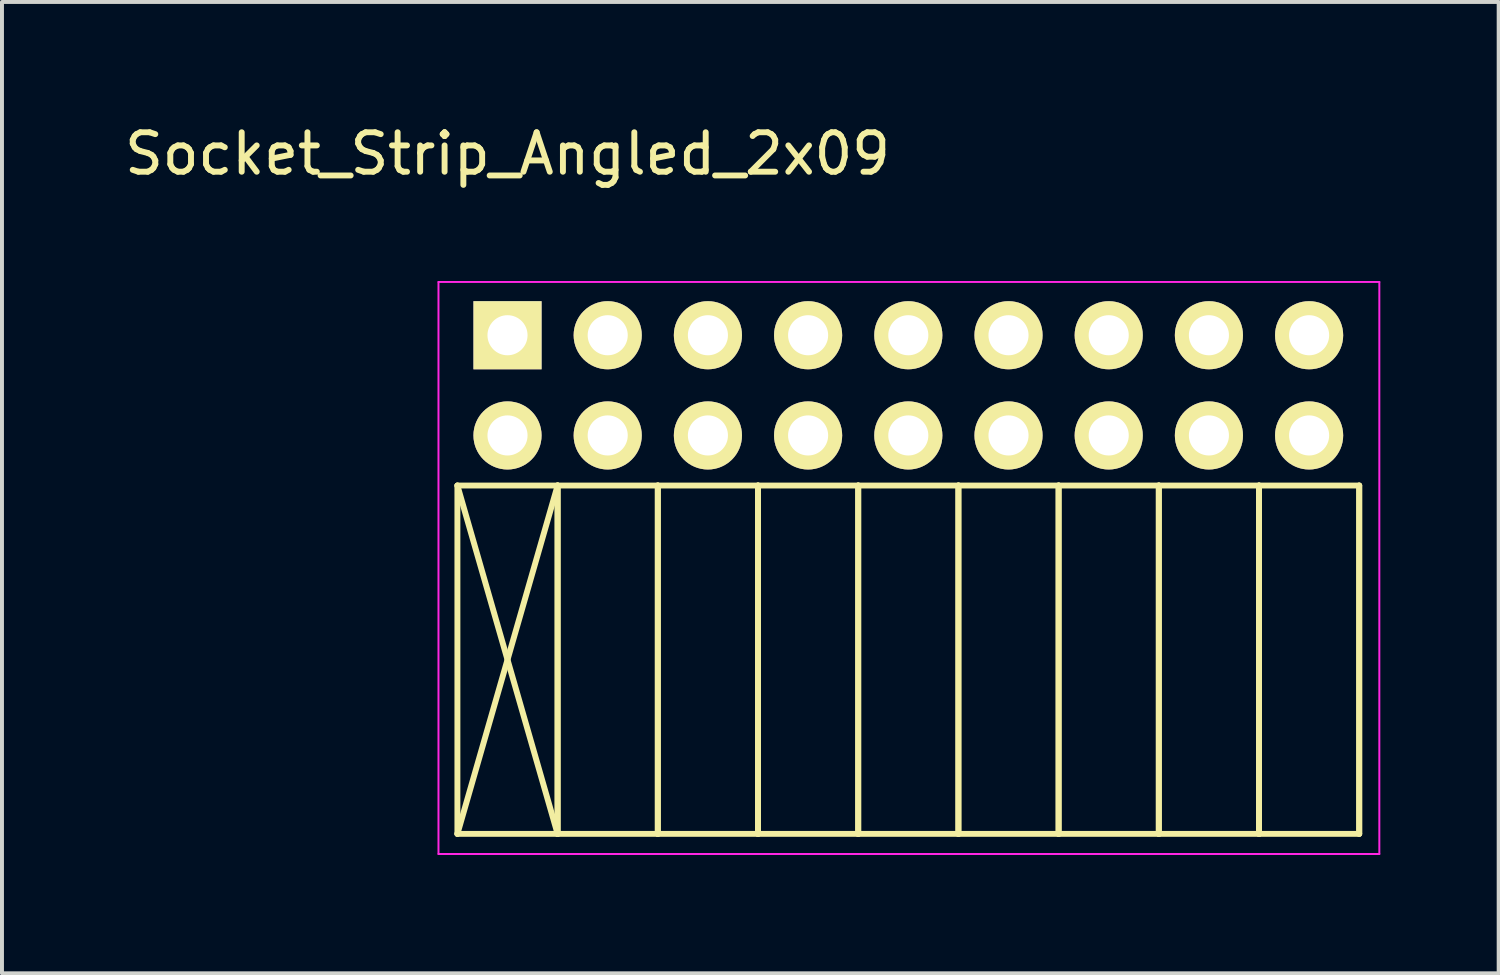
<source format=kicad_pcb>
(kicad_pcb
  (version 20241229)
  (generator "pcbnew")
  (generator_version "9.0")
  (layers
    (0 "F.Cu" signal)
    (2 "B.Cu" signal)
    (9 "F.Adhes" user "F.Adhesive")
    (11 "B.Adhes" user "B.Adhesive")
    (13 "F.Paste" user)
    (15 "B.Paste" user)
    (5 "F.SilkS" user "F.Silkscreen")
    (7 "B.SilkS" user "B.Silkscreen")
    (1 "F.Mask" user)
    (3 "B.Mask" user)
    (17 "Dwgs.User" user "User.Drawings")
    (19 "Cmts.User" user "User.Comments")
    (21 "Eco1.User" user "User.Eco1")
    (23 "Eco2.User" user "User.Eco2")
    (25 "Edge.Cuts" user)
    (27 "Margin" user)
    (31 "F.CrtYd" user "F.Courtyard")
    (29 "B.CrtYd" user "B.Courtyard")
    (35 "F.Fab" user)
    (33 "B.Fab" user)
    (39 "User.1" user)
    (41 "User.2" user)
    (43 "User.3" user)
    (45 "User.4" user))
  (footprint "Socket_Strip_Angled_2x09"
    (layer "F.Cu")
    (at 9.815 5.448)
    (property "Reference" "Socket_Strip_Angled_2x09" (at 0 -4.6 0) (layer "F.SilkS") (effects (font (size 1 1) (thickness 0.15))))
    (attr through_hole)
    (fp_line (start -1.27 3.81) (end -1.27 12.64) (stroke (width 0.15) (type solid)) (layer "F.SilkS"))
    (fp_line (start -1.27 3.81) (end 1.27 3.81) (stroke (width 0.15) (type solid)) (layer "F.SilkS"))
    (fp_line (start -1.27 3.81) (end 1.27 12.64) (stroke (width 0.15) (type solid)) (layer "F.SilkS"))
    (fp_line (start -1.27 12.64) (end 1.27 3.81) (stroke (width 0.15) (type solid)) (layer "F.SilkS"))
    (fp_line (start -1.27 12.64) (end 1.27 12.64) (stroke (width 0.15) (type solid)) (layer "F.SilkS"))
    (fp_line (start 1.27 3.81) (end 1.27 12.64) (stroke (width 0.15) (type solid)) (layer "F.SilkS"))
    (fp_line (start 1.27 3.81) (end 3.81 3.81) (stroke (width 0.15) (type solid)) (layer "F.SilkS"))
    (fp_line (start 1.27 12.64) (end 1.27 3.81) (stroke (width 0.15) (type solid)) (layer "F.SilkS"))
    (fp_line (start 1.27 12.64) (end 3.81 12.64) (stroke (width 0.15) (type solid)) (layer "F.SilkS"))
    (fp_line (start 3.81 3.81) (end 3.81 12.64) (stroke (width 0.15) (type solid)) (layer "F.SilkS"))
    (fp_line (start 3.81 3.81) (end 6.35 3.81) (stroke (width 0.15) (type solid)) (layer "F.SilkS"))
    (fp_line (start 3.81 12.64) (end 3.81 3.81) (stroke (width 0.15) (type solid)) (layer "F.SilkS"))
    (fp_line (start 3.81 12.64) (end 6.35 12.64) (stroke (width 0.15) (type solid)) (layer "F.SilkS"))
    (fp_line (start 6.35 3.81) (end 6.35 12.64) (stroke (width 0.15) (type solid)) (layer "F.SilkS"))
    (fp_line (start 6.35 3.81) (end 8.89 3.81) (stroke (width 0.15) (type solid)) (layer "F.SilkS"))
    (fp_line (start 6.35 12.64) (end 6.35 3.81) (stroke (width 0.15) (type solid)) (layer "F.SilkS"))
    (fp_line (start 6.35 12.64) (end 8.89 12.64) (stroke (width 0.15) (type solid)) (layer "F.SilkS"))
    (fp_line (start 8.89 3.81) (end 8.89 12.64) (stroke (width 0.15) (type solid)) (layer "F.SilkS"))
    (fp_line (start 8.89 3.81) (end 11.43 3.81) (stroke (width 0.15) (type solid)) (layer "F.SilkS"))
    (fp_line (start 8.89 12.64) (end 8.89 3.81) (stroke (width 0.15) (type solid)) (layer "F.SilkS"))
    (fp_line (start 8.89 12.64) (end 11.43 12.64) (stroke (width 0.15) (type solid)) (layer "F.SilkS"))
    (fp_line (start 11.43 3.81) (end 11.43 12.64) (stroke (width 0.15) (type solid)) (layer "F.SilkS"))
    (fp_line (start 11.43 3.81) (end 13.97 3.81) (stroke (width 0.15) (type solid)) (layer "F.SilkS"))
    (fp_line (start 11.43 12.64) (end 11.43 3.81) (stroke (width 0.15) (type solid)) (layer "F.SilkS"))
    (fp_line (start 11.43 12.64) (end 13.97 12.64) (stroke (width 0.15) (type solid)) (layer "F.SilkS"))
    (fp_line (start 13.97 3.81) (end 13.97 12.64) (stroke (width 0.15) (type solid)) (layer "F.SilkS"))
    (fp_line (start 13.97 3.81) (end 16.51 3.81) (stroke (width 0.15) (type solid)) (layer "F.SilkS"))
    (fp_line (start 13.97 12.64) (end 13.97 3.81) (stroke (width 0.15) (type solid)) (layer "F.SilkS"))
    (fp_line (start 13.97 12.64) (end 16.51 12.64) (stroke (width 0.15) (type solid)) (layer "F.SilkS"))
    (fp_line (start 16.51 3.81) (end 16.51 12.64) (stroke (width 0.15) (type solid)) (layer "F.SilkS"))
    (fp_line (start 16.51 3.81) (end 19.05 3.81) (stroke (width 0.15) (type solid)) (layer "F.SilkS"))
    (fp_line (start 16.51 12.64) (end 16.51 3.81) (stroke (width 0.15) (type solid)) (layer "F.SilkS"))
    (fp_line (start 16.51 12.64) (end 19.05 12.64) (stroke (width 0.15) (type solid)) (layer "F.SilkS"))
    (fp_line (start 19.05 3.81) (end 19.05 12.64) (stroke (width 0.15) (type solid)) (layer "F.SilkS"))
    (fp_line (start 19.05 3.81) (end 21.59 3.81) (stroke (width 0.15) (type solid)) (layer "F.SilkS"))
    (fp_line (start 19.05 12.64) (end 19.05 3.81) (stroke (width 0.15) (type solid)) (layer "F.SilkS"))
    (fp_line (start 19.05 12.64) (end 21.59 12.64) (stroke (width 0.15) (type solid)) (layer "F.SilkS"))
    (fp_line (start 21.59 3.81) (end 21.59 12.64) (stroke (width 0.15) (type solid)) (layer "F.SilkS"))
    (fp_line (start 21.59 12.64) (end 21.59 3.81) (stroke (width 0.15) (type solid)) (layer "F.SilkS"))
    (fp_line (start -1.75 -1.35) (end -1.75 13.15) (stroke (width 0.05) (type solid)) (layer "F.CrtYd"))
    (fp_line (start -1.75 -1.35) (end 22.1 -1.35) (stroke (width 0.05) (type solid)) (layer "F.CrtYd"))
    (fp_line (start -1.75 13.15) (end 22.1 13.15) (stroke (width 0.05) (type solid)) (layer "F.CrtYd"))
    (fp_line (start 22.1 -1.35) (end 22.1 13.15) (stroke (width 0.05) (type solid)) (layer "F.CrtYd"))
    (pad "1" thru_hole rect (at 0 0) (size 1.727 1.727) (drill 1.016) (layers "*.Cu" "*.Mask" "F.SilkS"))
    (pad "2" thru_hole oval (at 0 2.54) (size 1.727 1.727) (drill 1.016) (layers "*.Cu" "*.Mask" "F.SilkS"))
    (pad "3" thru_hole oval (at 2.54 0) (size 1.727 1.727) (drill 1.016) (layers "*.Cu" "*.Mask" "F.SilkS"))
    (pad "4" thru_hole oval (at 2.54 2.54) (size 1.727 1.727) (drill 1.016) (layers "*.Cu" "*.Mask" "F.SilkS"))
    (pad "5" thru_hole oval (at 5.08 0) (size 1.727 1.727) (drill 1.016) (layers "*.Cu" "*.Mask" "F.SilkS"))
    (pad "6" thru_hole oval (at 5.08 2.54) (size 1.727 1.727) (drill 1.016) (layers "*.Cu" "*.Mask" "F.SilkS"))
    (pad "7" thru_hole oval (at 7.62 0) (size 1.727 1.727) (drill 1.016) (layers "*.Cu" "*.Mask" "F.SilkS"))
    (pad "8" thru_hole oval (at 7.62 2.54) (size 1.727 1.727) (drill 1.016) (layers "*.Cu" "*.Mask" "F.SilkS"))
    (pad "9" thru_hole oval (at 10.16 0) (size 1.727 1.727) (drill 1.016) (layers "*.Cu" "*.Mask" "F.SilkS"))
    (pad "10" thru_hole oval (at 10.16 2.54) (size 1.727 1.727) (drill 1.016) (layers "*.Cu" "*.Mask" "F.SilkS"))
    (pad "11" thru_hole oval (at 12.7 0) (size 1.727 1.727) (drill 1.016) (layers "*.Cu" "*.Mask" "F.SilkS"))
    (pad "12" thru_hole oval (at 12.7 2.54) (size 1.727 1.727) (drill 1.016) (layers "*.Cu" "*.Mask" "F.SilkS"))
    (pad "13" thru_hole oval (at 15.24 0) (size 1.727 1.727) (drill 1.016) (layers "*.Cu" "*.Mask" "F.SilkS"))
    (pad "14" thru_hole oval (at 15.24 2.54) (size 1.727 1.727) (drill 1.016) (layers "*.Cu" "*.Mask" "F.SilkS"))
    (pad "15" thru_hole oval (at 17.78 0) (size 1.727 1.727) (drill 1.016) (layers "*.Cu" "*.Mask" "F.SilkS"))
    (pad "16" thru_hole oval (at 17.78 2.54) (size 1.727 1.727) (drill 1.016) (layers "*.Cu" "*.Mask" "F.SilkS"))
    (pad "17" thru_hole oval (at 20.32 0) (size 1.727 1.727) (drill 1.016) (layers "*.Cu" "*.Mask" "F.SilkS"))
    (pad "18" thru_hole oval (at 20.32 2.54) (size 1.727 1.727) (drill 1.016) (layers "*.Cu" "*.Mask" "F.SilkS")))
  (gr_rect
    (start -3 -3)
    (end 34.94 21.623)
    (stroke (width 0.1) (type default))
    (fill no)
    (layer "Edge.Cuts")))
</source>
